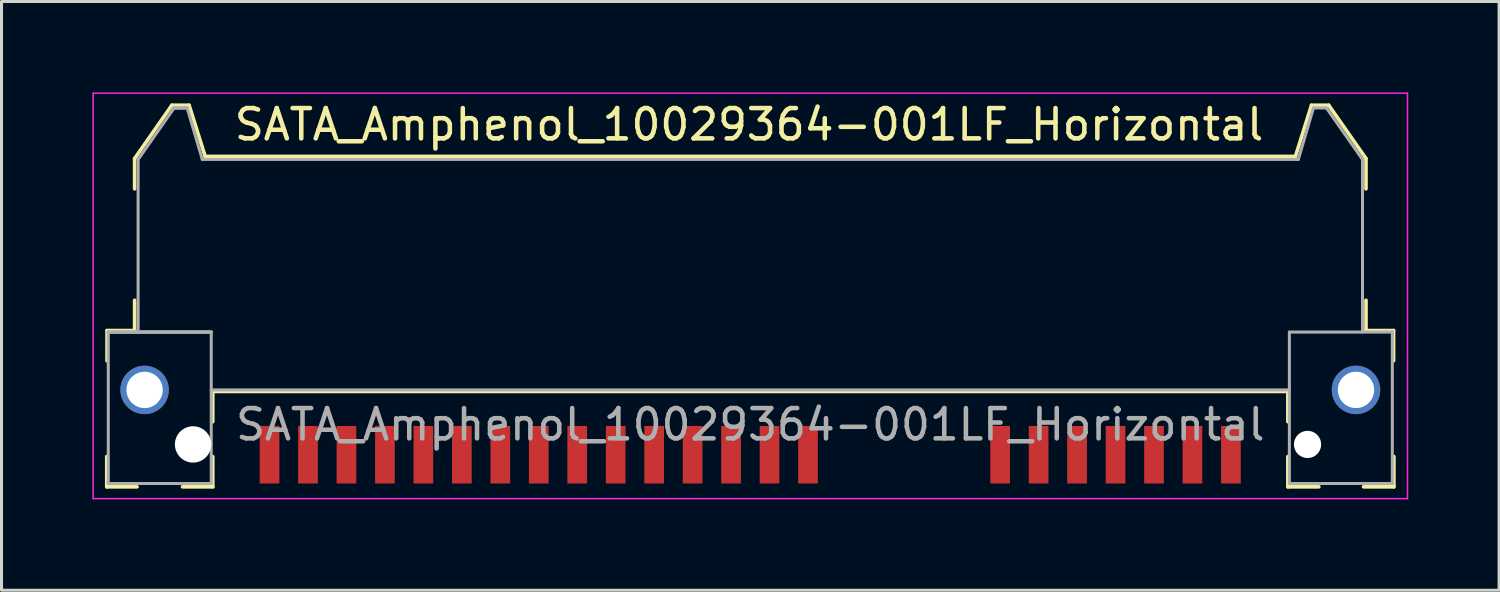
<source format=kicad_pcb>
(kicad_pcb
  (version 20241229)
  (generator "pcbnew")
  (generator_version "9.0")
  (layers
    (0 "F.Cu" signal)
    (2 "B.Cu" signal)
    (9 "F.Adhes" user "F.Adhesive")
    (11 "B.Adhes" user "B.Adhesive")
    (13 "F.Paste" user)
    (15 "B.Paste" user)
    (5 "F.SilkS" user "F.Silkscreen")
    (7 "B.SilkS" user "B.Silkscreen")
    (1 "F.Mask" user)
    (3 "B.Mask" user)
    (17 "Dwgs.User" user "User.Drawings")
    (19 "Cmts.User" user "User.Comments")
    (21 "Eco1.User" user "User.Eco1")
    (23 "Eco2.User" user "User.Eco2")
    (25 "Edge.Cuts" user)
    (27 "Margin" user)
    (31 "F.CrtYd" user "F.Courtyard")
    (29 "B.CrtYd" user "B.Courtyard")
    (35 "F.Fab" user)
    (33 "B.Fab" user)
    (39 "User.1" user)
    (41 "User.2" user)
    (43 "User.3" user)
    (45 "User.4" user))
  (footprint "SATA_Amphenol_10029364-001LF_Horizontal"
    (layer "F.Cu")
    (at 21.725 10.97)
    (property "Reference" "SATA_Amphenol_10029364-001LF_Horizontal" (at -0.041 -9.906 0) (layer "F.SilkS") (effects (font (size 1 1) (thickness 0.15))))
    (attr smd)
    (fp_line (start -21.25 1.055) (end -21.25 2.055) (stroke (width 0.12) (type solid)) (layer "F.SilkS"))
    (fp_line (start -21.25 2.055) (end -20.25 2.055) (stroke (width 0.12) (type solid)) (layer "F.SilkS"))
    (fp_line (start -21.24 -3.105) (end -21.24 -2.105) (stroke (width 0.12) (type solid)) (layer "F.SilkS"))
    (fp_line (start -21.24 -3.105) (end -20.33 -3.105) (stroke (width 0.12) (type solid)) (layer "F.SilkS"))
    (fp_line (start -20.33 -8.785) (end -20.33 -7.785) (stroke (width 0.12) (type solid)) (layer "F.SilkS"))
    (fp_line (start -20.33 -8.785) (end -19.1 -10.545) (stroke (width 0.12) (type solid)) (layer "F.SilkS"))
    (fp_line (start -20.33 -3.105) (end -20.33 -4.105) (stroke (width 0.12) (type solid)) (layer "F.SilkS"))
    (fp_line (start -19.1 -10.545) (end -18.53 -10.545) (stroke (width 0.12) (type solid)) (layer "F.SilkS"))
    (fp_line (start -18.75 2.055) (end -17.75 2.055) (stroke (width 0.12) (type solid)) (layer "F.SilkS"))
    (fp_line (start -18 -8.855) (end -18.53 -10.545) (stroke (width 0.12) (type solid)) (layer "F.SilkS"))
    (fp_line (start -17.75 -1.095) (end -17.75 -0.095) (stroke (width 0.12) (type solid)) (layer "F.SilkS"))
    (fp_line (start -17.75 1.055) (end -17.75 2.055) (stroke (width 0.12) (type solid)) (layer "F.SilkS"))
    (fp_line (start 17.75 -1.095) (end -17.75 -1.095) (stroke (width 0.12) (type solid)) (layer "F.SilkS"))
    (fp_line (start 17.75 -1.095) (end 17.75 -0.095) (stroke (width 0.12) (type solid)) (layer "F.SilkS"))
    (fp_line (start 17.75 1.055) (end 17.75 2.055) (stroke (width 0.12) (type solid)) (layer "F.SilkS"))
    (fp_line (start 18 -8.855) (end -18 -8.855) (stroke (width 0.12) (type solid)) (layer "F.SilkS"))
    (fp_line (start 18 -8.855) (end 18.53 -10.545) (stroke (width 0.12) (type solid)) (layer "F.SilkS"))
    (fp_line (start 18.773 2.055) (end 17.75 2.055) (stroke (width 0.12) (type solid)) (layer "F.SilkS"))
    (fp_line (start 19.1 -10.545) (end 18.53 -10.545) (stroke (width 0.12) (type solid)) (layer "F.SilkS"))
    (fp_line (start 20.33 -8.785) (end 19.1 -10.545) (stroke (width 0.12) (type solid)) (layer "F.SilkS"))
    (fp_line (start 20.33 -8.785) (end 20.33 -7.785) (stroke (width 0.12) (type solid)) (layer "F.SilkS"))
    (fp_line (start 20.33 -3.105) (end 20.33 -4.105) (stroke (width 0.12) (type solid)) (layer "F.SilkS"))
    (fp_line (start 21.24 -3.105) (end 20.33 -3.105) (stroke (width 0.12) (type solid)) (layer "F.SilkS"))
    (fp_line (start 21.24 -3.105) (end 21.24 -2.105) (stroke (width 0.12) (type solid)) (layer "F.SilkS"))
    (fp_line (start 21.25 1.055) (end 21.25 2.055) (stroke (width 0.12) (type solid)) (layer "F.SilkS"))
    (fp_line (start 21.25 2.055) (end 20.25 2.055) (stroke (width 0.12) (type solid)) (layer "F.SilkS"))
    (fp_line (start -21.7 -10.945) (end -21.7 2.445) (stroke (width 0.05) (type solid)) (layer "F.CrtYd"))
    (fp_line (start -21.7 -10.945) (end 21.7 -10.945) (stroke (width 0.05) (type solid)) (layer "F.CrtYd"))
    (fp_line (start -21.7 2.445) (end 21.7 2.445) (stroke (width 0.05) (type solid)) (layer "F.CrtYd"))
    (fp_line (start 21.7 -10.945) (end 21.7 2.445) (stroke (width 0.05) (type solid)) (layer "F.CrtYd"))
    (fp_line (start -21.2 -3.055) (end -21.2 1.945) (stroke (width 0.1) (type solid)) (layer "F.Fab"))
    (fp_line (start -21.2 -3.055) (end -17.8 -3.055) (stroke (width 0.1) (type solid)) (layer "F.Fab"))
    (fp_line (start -21.2 -3.055) (end -17.8 -3.055) (stroke (width 0.12) (type solid)) (layer "F.Fab"))
    (fp_line (start -21.2 1.945) (end -17.8 1.945) (stroke (width 0.1) (type solid)) (layer "F.Fab"))
    (fp_line (start -20.215 -8.755) (end -20.215 -3.055) (stroke (width 0.1) (type solid)) (layer "F.Fab"))
    (fp_line (start -20.215 -8.755) (end -19.025 -10.455) (stroke (width 0.1) (type solid)) (layer "F.Fab"))
    (fp_line (start -18.595 -10.455) (end -19.025 -10.455) (stroke (width 0.12) (type solid)) (layer "F.Fab"))
    (fp_line (start -18.595 -10.455) (end -18.095 -8.755) (stroke (width 0.1) (type solid)) (layer "F.Fab"))
    (fp_line (start -17.8 -3.055) (end -17.8 1.945) (stroke (width 0.1) (type solid)) (layer "F.Fab"))
    (fp_line (start 17.8 -3.055) (end 17.8 1.93) (stroke (width 0.1) (type solid)) (layer "F.Fab"))
    (fp_line (start 17.8 -1.145) (end -17.8 -1.145) (stroke (width 0.1) (type solid)) (layer "F.Fab"))
    (fp_line (start 18.095 -8.755) (end -18.095 -8.755) (stroke (width 0.1) (type solid)) (layer "F.Fab"))
    (fp_line (start 18.595 -10.455) (end 18.095 -8.755) (stroke (width 0.1) (type solid)) (layer "F.Fab"))
    (fp_line (start 18.595 -10.455) (end 19.025 -10.455) (stroke (width 0.1) (type solid)) (layer "F.Fab"))
    (fp_line (start 20.215 -8.755) (end 19.025 -10.455) (stroke (width 0.1) (type solid)) (layer "F.Fab"))
    (fp_line (start 20.215 -8.755) (end 20.215 -3.055) (stroke (width 0.1) (type solid)) (layer "F.Fab"))
    (fp_line (start 21.2 -3.063) (end 21.2 1.937) (stroke (width 0.1) (type solid)) (layer "F.Fab"))
    (fp_line (start 21.2 -3.055) (end 17.8 -3.055) (stroke (width 0.1) (type solid)) (layer "F.Fab"))
    (fp_line (start 21.2 1.945) (end 17.8 1.945) (stroke (width 0.1) (type solid)) (layer "F.Fab"))
    (fp_text user "${REFERENCE}" (at 0 0 0) (layer "F.Fab") (effects (font (size 1 1) (thickness 0.15))))
    (pad "" np_thru_hole circle (at -18.4 0.655) (size 1.2 1.2) (drill 1.2) (layers "*.Mask" "B.Cu"))
    (pad "" np_thru_hole circle (at 18.4 0.655) (size 0.9 0.9) (drill 0.9) (layers "*.Mask" "B.Cu"))
    (pad "MP" thru_hole circle (at -20 -1.145) (size 1.6 1.6) (drill 1.2) (layers "*.Cu" "*.Mask"))
    (pad "MP" thru_hole circle (at 20 -1.145) (size 1.6 1.6) (drill 1.2) (layers "*.Cu" "*.Mask"))
    (pad "P1" smd rect (at 1.905 0.995) (size 0.65 1.9) (layers "F.Cu" "F.Mask" "F.Paste"))
    (pad "P2" smd rect (at 0.635 0.995) (size 0.65 1.9) (layers "F.Cu" "F.Mask" "F.Paste"))
    (pad "P3" smd rect (at -0.635 0.995) (size 0.65 1.9) (layers "F.Cu" "F.Mask" "F.Paste"))
    (pad "P4" smd rect (at -1.905 0.995) (size 0.65 1.9) (layers "F.Cu" "F.Mask" "F.Paste"))
    (pad "P5" smd rect (at -3.175 0.995) (size 0.65 1.9) (layers "F.Cu" "F.Mask" "F.Paste"))
    (pad "P6" smd rect (at -4.445 0.995) (size 0.65 1.9) (layers "F.Cu" "F.Mask" "F.Paste"))
    (pad "P7" smd rect (at -5.715 0.995) (size 0.65 1.9) (layers "F.Cu" "F.Mask" "F.Paste"))
    (pad "P8" smd rect (at -6.985 0.995) (size 0.65 1.9) (layers "F.Cu" "F.Mask" "F.Paste"))
    (pad "P9" smd rect (at -8.255 0.995) (size 0.65 1.9) (layers "F.Cu" "F.Mask" "F.Paste"))
    (pad "P10" smd rect (at -9.525 0.995) (size 0.65 1.9) (layers "F.Cu" "F.Mask" "F.Paste"))
    (pad "P11" smd rect (at -10.795 0.995) (size 0.65 1.9) (layers "F.Cu" "F.Mask" "F.Paste"))
    (pad "P12" smd rect (at -12.065 0.995) (size 0.65 1.9) (layers "F.Cu" "F.Mask" "F.Paste"))
    (pad "P13" smd rect (at -13.335 0.995) (size 0.65 1.9) (layers "F.Cu" "F.Mask" "F.Paste"))
    (pad "P14" smd rect (at -14.605 0.995) (size 0.65 1.9) (layers "F.Cu" "F.Mask" "F.Paste"))
    (pad "P15" smd rect (at -15.875 0.995) (size 0.65 1.9) (layers "F.Cu" "F.Mask" "F.Paste"))
    (pad "S1" smd rect (at 15.87 0.995) (size 0.65 1.9) (layers "F.Cu" "F.Mask" "F.Paste"))
    (pad "S2" smd rect (at 14.6 0.995) (size 0.65 1.9) (layers "F.Cu" "F.Mask" "F.Paste"))
    (pad "S3" smd rect (at 13.33 0.995) (size 0.65 1.9) (layers "F.Cu" "F.Mask" "F.Paste"))
    (pad "S4" smd rect (at 12.06 0.995) (size 0.65 1.9) (layers "F.Cu" "F.Mask" "F.Paste"))
    (pad "S5" smd rect (at 10.79 0.995) (size 0.65 1.9) (layers "F.Cu" "F.Mask" "F.Paste"))
    (pad "S6" smd rect (at 9.52 0.995) (size 0.65 1.9) (layers "F.Cu" "F.Mask" "F.Paste"))
    (pad "S7" smd rect (at 8.25 0.995) (size 0.65 1.9) (layers "F.Cu" "F.Mask" "F.Paste")))
  (gr_rect
    (start -3 -3)
    (end 46.45 16.44)
    (stroke (width 0.1) (type default))
    (fill no)
    (layer "Edge.Cuts")))
</source>
